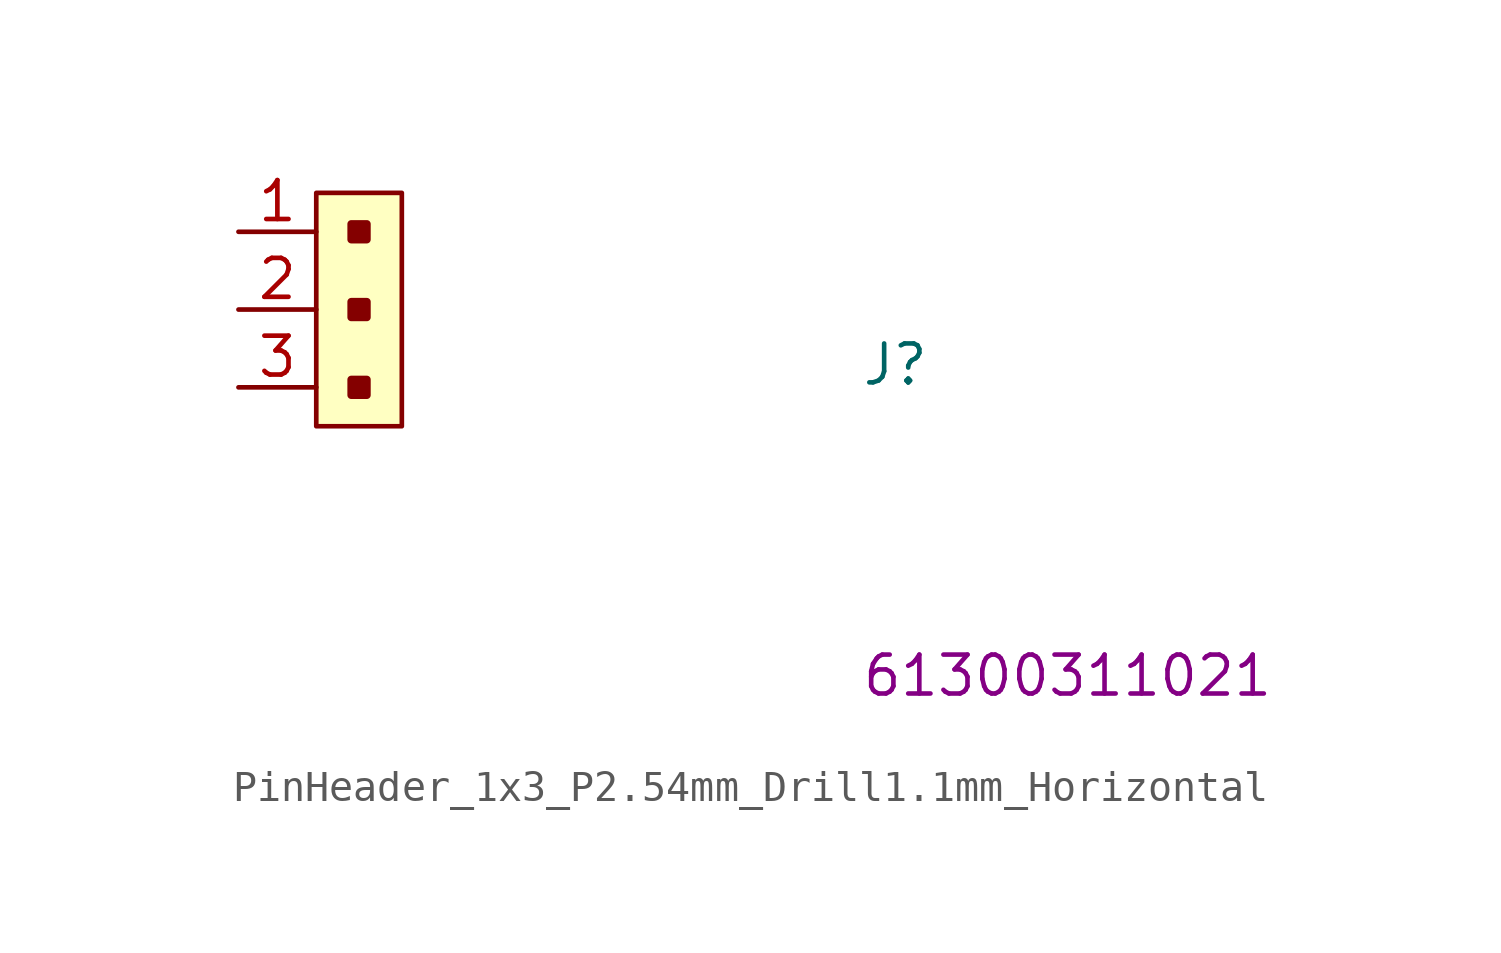
<source format=kicad_sym>
(kicad_symbol_lib
  (version 20220914)
  (generator kicad_symbol_editor)
  (symbol "PinHeader_1x3_P2.54mm_Drill1.1mm_Horizontal"
    (property "Reference" "J"
      (at 20.32 -5.08 0)
      (effects (font (size 1.27 1.27) (thickness 0.15)) (justify left bottom)))
    (property "MPN" "61300311021"
      (at 20.32 -15.24 0)
      (effects (font (size 1.27 1.27) (thickness 0.15)) (justify left bottom)))
    (symbol "PinHeader_1x3_P2.54mm_Drill1.1mm_Horizontal_1_1"
      (rectangle (start 2.54 1.27) (end 5.334 -6.35) (stroke (width 0) (type default)) (fill (type background)))
      (rectangle (start 4.191 -5.334) (end 3.683 -4.826) (stroke (width 0.254) (type default)) (fill (type outline)))
      (rectangle (start 4.191 -2.794) (end 3.683 -2.286) (stroke (width 0.254) (type default)) (fill (type outline)))
      (rectangle (start 4.191 -0.254) (end 3.683 0.254) (stroke (width 0.254) (type default)) (fill (type outline)))
      (pin passive line (at 0 0 0) (length 2.54) (name "~" (effects (font (size 1.27 1.27)))) (number "1" (effects (font (size 1.27 1.27)))))
      (pin passive line (at 0 -2.54 0) (length 2.54) (name "~" (effects (font (size 1.27 1.27)))) (number "2" (effects (font (size 1.27 1.27)))))
      (pin passive line (at 0 -5.08 0) (length 2.54) (name "~" (effects (font (size 1.27 1.27)))) (number "3" (effects (font (size 1.27 1.27))))))))
</source>
